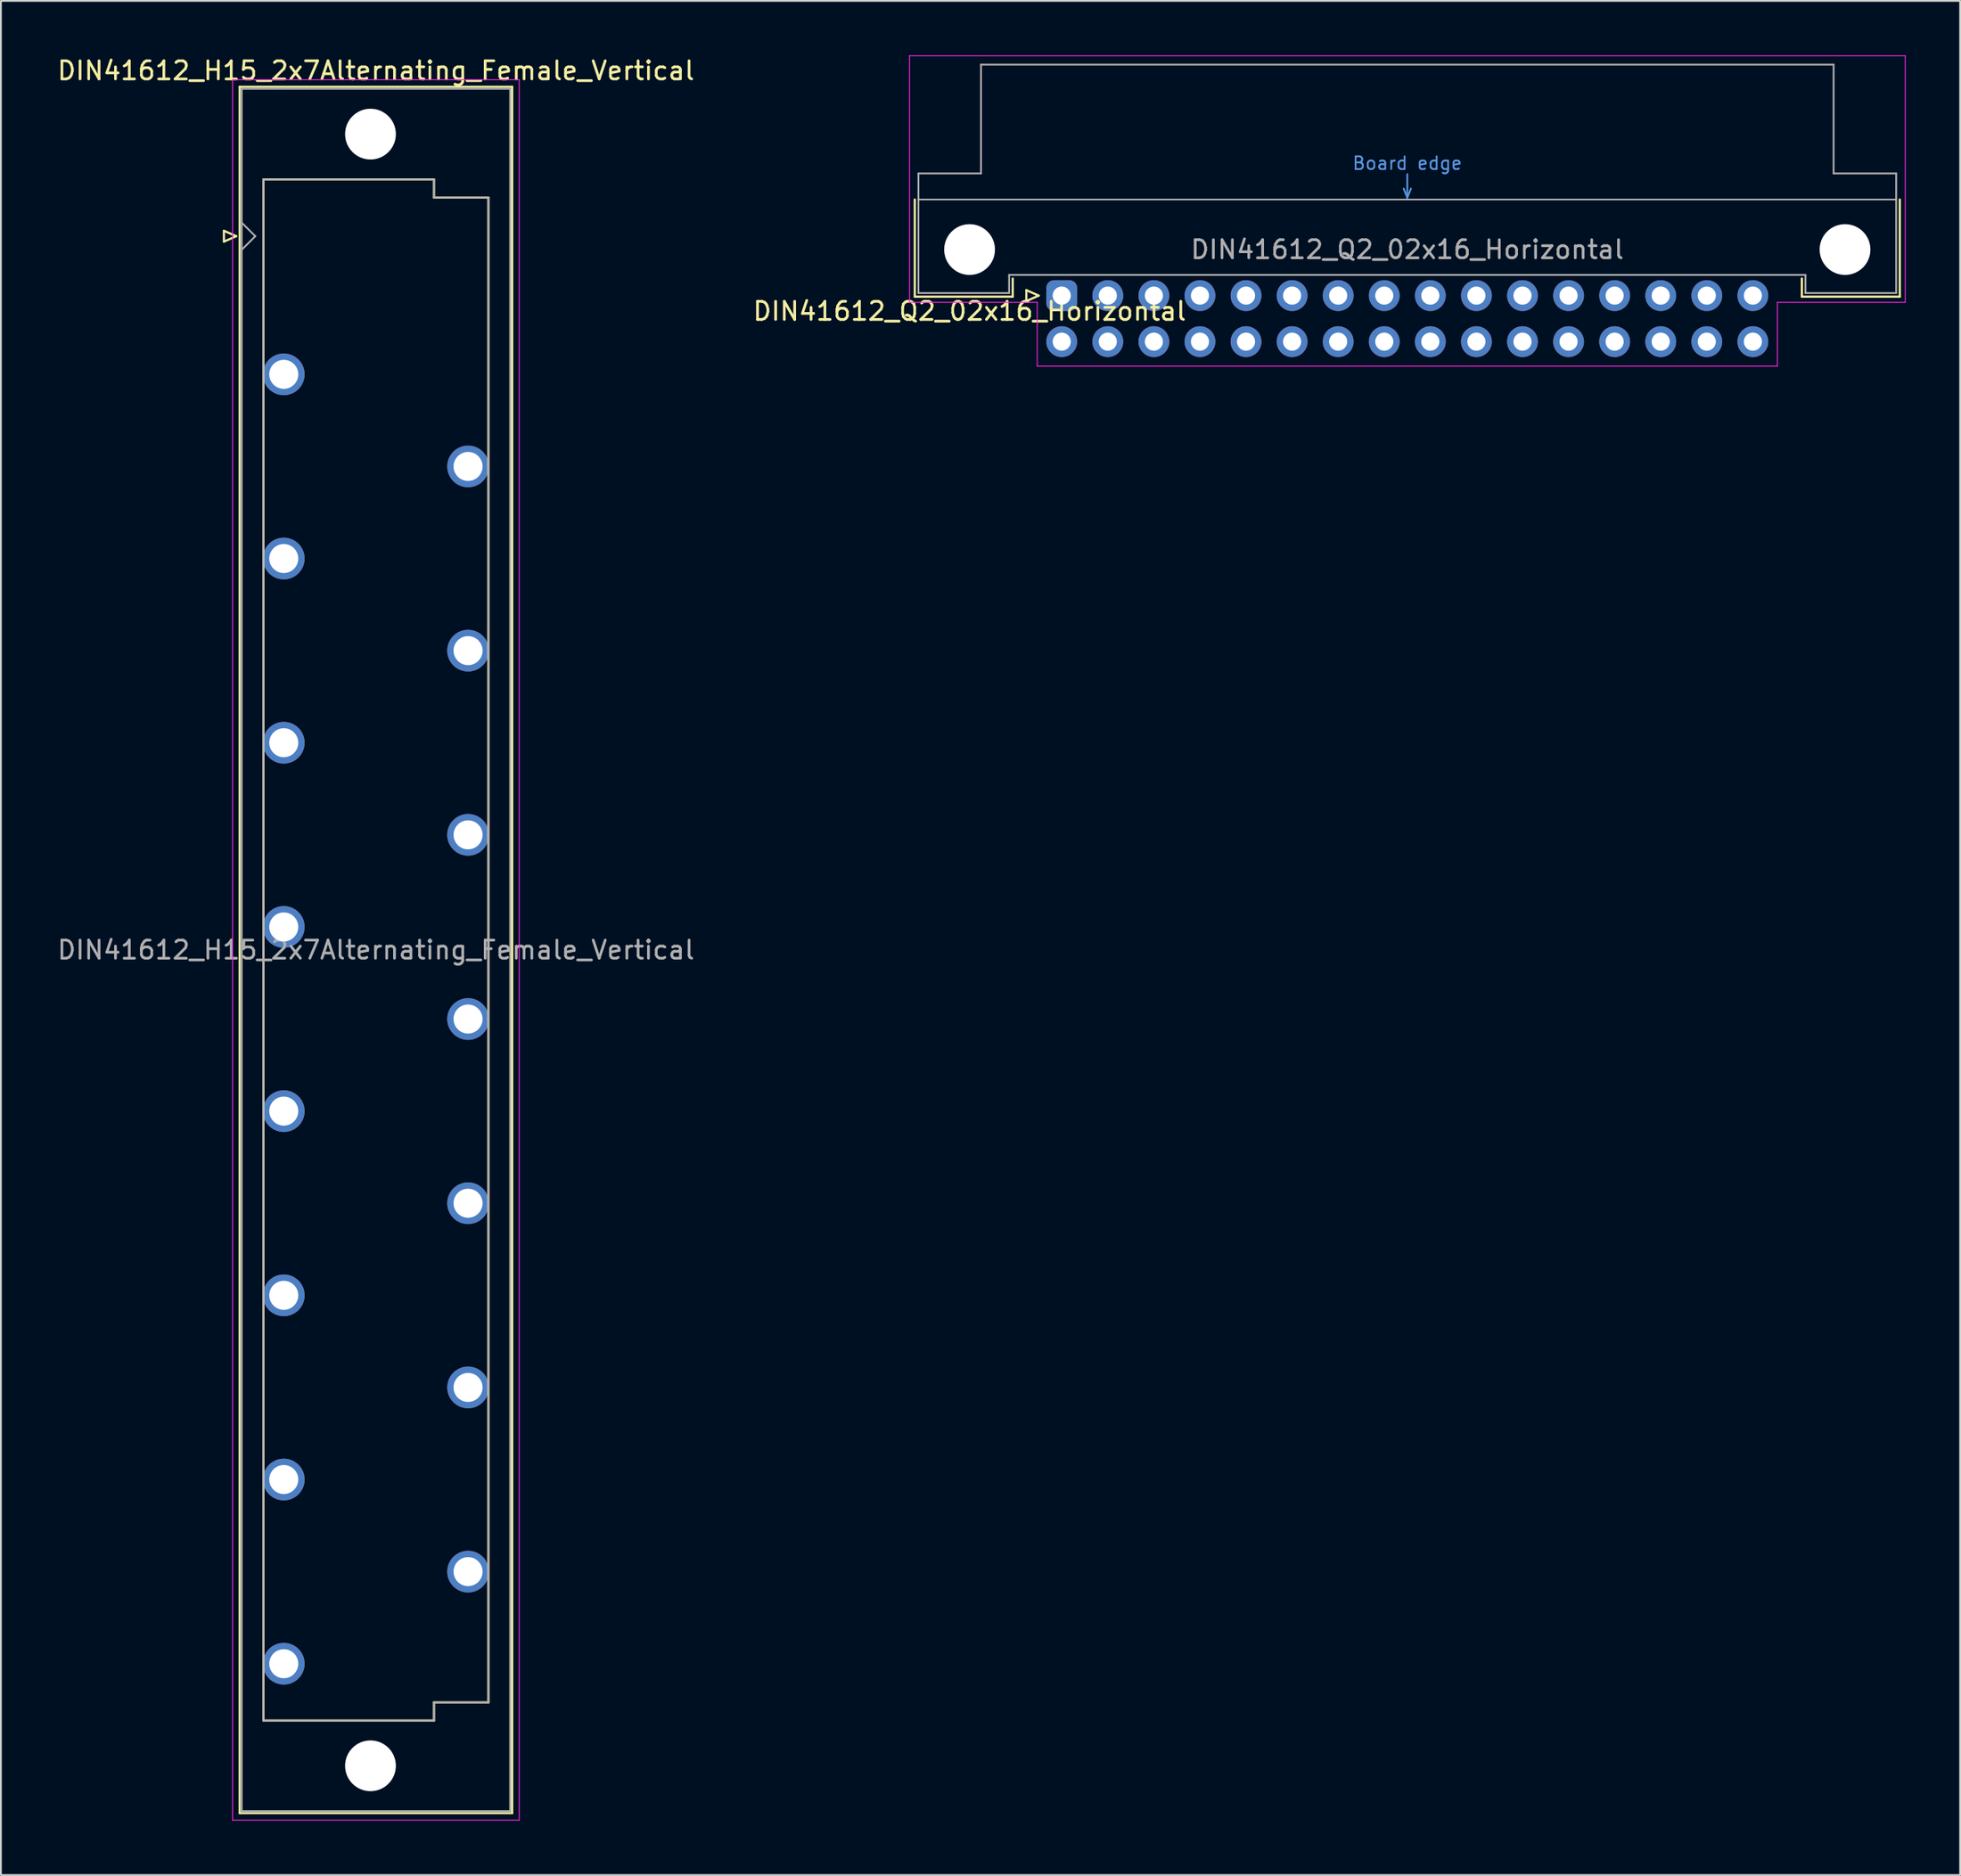
<source format=kicad_pcb>
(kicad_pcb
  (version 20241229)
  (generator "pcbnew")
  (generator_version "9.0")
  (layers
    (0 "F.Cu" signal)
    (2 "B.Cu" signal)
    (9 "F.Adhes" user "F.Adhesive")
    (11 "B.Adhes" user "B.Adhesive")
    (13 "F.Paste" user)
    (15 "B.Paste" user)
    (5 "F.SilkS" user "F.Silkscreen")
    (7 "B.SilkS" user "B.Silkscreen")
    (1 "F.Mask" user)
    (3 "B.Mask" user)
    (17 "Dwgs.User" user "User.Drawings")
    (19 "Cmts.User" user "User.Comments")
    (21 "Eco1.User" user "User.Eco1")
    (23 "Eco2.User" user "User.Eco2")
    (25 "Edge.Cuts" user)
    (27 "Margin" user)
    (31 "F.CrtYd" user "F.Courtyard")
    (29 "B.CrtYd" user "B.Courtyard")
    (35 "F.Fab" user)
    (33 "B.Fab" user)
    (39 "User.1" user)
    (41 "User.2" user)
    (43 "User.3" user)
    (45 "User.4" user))
  (footprint "DIN41612_H15_2x7Alternating_Female_Vertical"
    (layer "F.Cu")
    (at 15.133 9.978)
    (property "Reference" "DIN41612_H15_2x7Alternating_Female_Vertical" (at 2.54 -9.13 0) (layer "F.SilkS") (effects (font (size 1 1) (thickness 0.15))))
    (attr through_hole)
    (fp_line (start -5.84 -0.3) (end -5.84 0.3) (stroke (width 0.12) (type solid)) (layer "F.SilkS"))
    (fp_line (start -5.84 0.3) (end -5.16 0) (stroke (width 0.12) (type solid)) (layer "F.SilkS"))
    (fp_line (start -5.16 0) (end -5.84 -0.3) (stroke (width 0.12) (type solid)) (layer "F.SilkS"))
    (fp_line (start -4.97 -8.24) (end 10.05 -8.24) (stroke (width 0.12) (type solid)) (layer "F.SilkS"))
    (fp_line (start -4.97 86.98) (end -4.97 -8.24) (stroke (width 0.12) (type solid)) (layer "F.SilkS"))
    (fp_line (start -3.66 -3.13) (end 5.74 -3.13) (stroke (width 0.12) (type solid)) (layer "F.SilkS"))
    (fp_line (start -3.66 81.87) (end -3.66 -3.13) (stroke (width 0.12) (type solid)) (layer "F.SilkS"))
    (fp_line (start 5.74 -3.13) (end 5.74 -2.13) (stroke (width 0.12) (type solid)) (layer "F.SilkS"))
    (fp_line (start 5.74 -2.13) (end 8.74 -2.13) (stroke (width 0.12) (type solid)) (layer "F.SilkS"))
    (fp_line (start 5.74 80.87) (end 5.74 81.87) (stroke (width 0.12) (type solid)) (layer "F.SilkS"))
    (fp_line (start 5.74 81.87) (end -3.66 81.87) (stroke (width 0.12) (type solid)) (layer "F.SilkS"))
    (fp_line (start 8.74 -2.13) (end 8.74 80.87) (stroke (width 0.12) (type solid)) (layer "F.SilkS"))
    (fp_line (start 8.74 80.87) (end 5.74 80.87) (stroke (width 0.12) (type solid)) (layer "F.SilkS"))
    (fp_line (start 10.05 -8.24) (end 10.05 86.98) (stroke (width 0.12) (type solid)) (layer "F.SilkS"))
    (fp_line (start 10.05 86.98) (end -4.97 86.98) (stroke (width 0.12) (type solid)) (layer "F.SilkS"))
    (fp_line (start -5.36 -8.63) (end 10.44 -8.63) (stroke (width 0.05) (type solid)) (layer "F.CrtYd"))
    (fp_line (start -5.36 87.37) (end -5.36 -8.63) (stroke (width 0.05) (type solid)) (layer "F.CrtYd"))
    (fp_line (start 10.44 -8.63) (end 10.44 87.37) (stroke (width 0.05) (type solid)) (layer "F.CrtYd"))
    (fp_line (start 10.44 87.37) (end -5.36 87.37) (stroke (width 0.05) (type solid)) (layer "F.CrtYd"))
    (fp_line (start -4.86 -8.13) (end 9.94 -8.13) (stroke (width 0.1) (type solid)) (layer "F.Fab"))
    (fp_line (start -4.86 -0.75) (end -4.11 0) (stroke (width 0.1) (type solid)) (layer "F.Fab"))
    (fp_line (start -4.86 86.87) (end -4.86 -8.13) (stroke (width 0.1) (type solid)) (layer "F.Fab"))
    (fp_line (start -4.11 0) (end -4.86 0.75) (stroke (width 0.1) (type solid)) (layer "F.Fab"))
    (fp_line (start -3.66 -3.13) (end 5.74 -3.13) (stroke (width 0.1) (type solid)) (layer "F.Fab"))
    (fp_line (start -3.66 81.87) (end -3.66 -3.13) (stroke (width 0.1) (type solid)) (layer "F.Fab"))
    (fp_line (start 5.74 -3.13) (end 5.74 -2.13) (stroke (width 0.1) (type solid)) (layer "F.Fab"))
    (fp_line (start 5.74 -2.13) (end 8.74 -2.13) (stroke (width 0.1) (type solid)) (layer "F.Fab"))
    (fp_line (start 5.74 80.87) (end 5.74 81.87) (stroke (width 0.1) (type solid)) (layer "F.Fab"))
    (fp_line (start 5.74 81.87) (end -3.66 81.87) (stroke (width 0.1) (type solid)) (layer "F.Fab"))
    (fp_line (start 8.74 -2.13) (end 8.74 80.87) (stroke (width 0.1) (type solid)) (layer "F.Fab"))
    (fp_line (start 8.74 80.87) (end 5.74 80.87) (stroke (width 0.1) (type solid)) (layer "F.Fab"))
    (fp_line (start 9.94 -8.13) (end 9.94 86.87) (stroke (width 0.1) (type solid)) (layer "F.Fab"))
    (fp_line (start 9.94 86.87) (end -4.86 86.87) (stroke (width 0.1) (type solid)) (layer "F.Fab"))
    (fp_text user "${REFERENCE}" (at 2.54 39.37 0) (layer "F.Fab") (effects (font (size 1 1) (thickness 0.15))))
    (pad "" np_thru_hole circle (at 2.24 -5.63) (size 2.8 2.8) (drill 2.8) (layers "*.Cu" "*.Mask"))
    (pad "" np_thru_hole circle (at 2.24 84.37) (size 2.8 2.8) (drill 2.8) (layers "*.Cu" "*.Mask"))
    (pad "4" thru_hole circle (at -2.54 7.62) (size 2.3 2.3) (drill 1.6) (layers "*.Cu" "*.Mask"))
    (pad "6" thru_hole circle (at 7.62 12.7) (size 2.3 2.3) (drill 1.6) (layers "*.Cu" "*.Mask"))
    (pad "8" thru_hole circle (at -2.54 17.78) (size 2.3 2.3) (drill 1.6) (layers "*.Cu" "*.Mask"))
    (pad "10" thru_hole circle (at 7.62 22.86) (size 2.3 2.3) (drill 1.6) (layers "*.Cu" "*.Mask"))
    (pad "12" thru_hole circle (at -2.54 27.94) (size 2.3 2.3) (drill 1.6) (layers "*.Cu" "*.Mask"))
    (pad "14" thru_hole circle (at 7.62 33.02) (size 2.3 2.3) (drill 1.6) (layers "*.Cu" "*.Mask"))
    (pad "16" thru_hole circle (at -2.54 38.1) (size 2.3 2.3) (drill 1.6) (layers "*.Cu" "*.Mask"))
    (pad "18" thru_hole circle (at 7.62 43.18) (size 2.3 2.3) (drill 1.6) (layers "*.Cu" "*.Mask"))
    (pad "20" thru_hole circle (at -2.54 48.26) (size 2.3 2.3) (drill 1.6) (layers "*.Cu" "*.Mask"))
    (pad "22" thru_hole circle (at 7.62 53.34) (size 2.3 2.3) (drill 1.6) (layers "*.Cu" "*.Mask"))
    (pad "24" thru_hole circle (at -2.54 58.42) (size 2.3 2.3) (drill 1.6) (layers "*.Cu" "*.Mask"))
    (pad "26" thru_hole circle (at 7.62 63.5) (size 2.3 2.3) (drill 1.6) (layers "*.Cu" "*.Mask"))
    (pad "28" thru_hole circle (at -2.54 68.58) (size 2.3 2.3) (drill 1.6) (layers "*.Cu" "*.Mask"))
    (pad "30" thru_hole circle (at 7.62 73.66) (size 2.3 2.3) (drill 1.6) (layers "*.Cu" "*.Mask"))
    (pad "32" thru_hole circle (at -2.54 78.74) (size 2.3 2.3) (drill 1.6) (layers "*.Cu" "*.Mask")))
  (footprint "DIN41612_Q2_02x16_Horizontal"
    (layer "F.Cu")
    (at 55.479 13.255)
    (property "Reference" "DIN41612_Q2_02x16_Horizontal" (at -5.08 0.86 0) (layer "F.SilkS") (effects (font (size 1 1) (thickness 0.15))))
    (attr through_hole)
    (fp_line (start -8.1 -5.3) (end -8.1 0.06) (stroke (width 0.12) (type solid)) (layer "F.SilkS"))
    (fp_line (start -8.1 0.06) (end -2.7 0.06) (stroke (width 0.12) (type solid)) (layer "F.SilkS"))
    (fp_line (start -2.7 0.06) (end -2.7 -0.94) (stroke (width 0.12) (type solid)) (layer "F.SilkS"))
    (fp_line (start -1.95 -0.3) (end -1.95 0.3) (stroke (width 0.12) (type solid)) (layer "F.SilkS"))
    (fp_line (start -1.95 0.3) (end -1.27 0) (stroke (width 0.12) (type solid)) (layer "F.SilkS"))
    (fp_line (start -1.27 0) (end -1.95 -0.3) (stroke (width 0.12) (type solid)) (layer "F.SilkS"))
    (fp_line (start 40.8 0.06) (end 40.8 -0.94) (stroke (width 0.12) (type solid)) (layer "F.SilkS"))
    (fp_line (start 46.2 -5.3) (end 46.2 0.06) (stroke (width 0.12) (type solid)) (layer "F.SilkS"))
    (fp_line (start 46.2 0.06) (end 40.8 0.06) (stroke (width 0.12) (type solid)) (layer "F.SilkS"))
    (fp_line (start -7.9 -5.3) (end 46 -5.3) (stroke (width 0.08) (type solid)) (layer "Dwgs.User"))
    (fp_line (start 18.85 -5.9) (end 19.05 -5.4) (stroke (width 0.1) (type solid)) (layer "Cmts.User"))
    (fp_line (start 19.05 -5.4) (end 19.05 -6.7) (stroke (width 0.1) (type solid)) (layer "Cmts.User"))
    (fp_line (start 19.05 -5.4) (end 19.25 -5.9) (stroke (width 0.1) (type solid)) (layer "Cmts.User"))
    (fp_line (start -8.39 -13.23) (end -8.39 0.37) (stroke (width 0.05) (type solid)) (layer "F.CrtYd"))
    (fp_line (start -8.39 0.37) (end -1.35 0.37) (stroke (width 0.05) (type solid)) (layer "F.CrtYd"))
    (fp_line (start -1.35 0.37) (end -1.35 3.89) (stroke (width 0.05) (type solid)) (layer "F.CrtYd"))
    (fp_line (start -1.35 3.89) (end 39.45 3.89) (stroke (width 0.05) (type solid)) (layer "F.CrtYd"))
    (fp_line (start 39.45 0.37) (end 46.5 0.37) (stroke (width 0.05) (type solid)) (layer "F.CrtYd"))
    (fp_line (start 39.45 3.89) (end 39.45 0.37) (stroke (width 0.05) (type solid)) (layer "F.CrtYd"))
    (fp_line (start 46.5 -13.23) (end -8.39 -13.23) (stroke (width 0.05) (type solid)) (layer "F.CrtYd"))
    (fp_line (start 46.5 0.37) (end 46.5 -13.23) (stroke (width 0.05) (type solid)) (layer "F.CrtYd"))
    (fp_line (start -7.9 -6.74) (end -7.9 -0.14) (stroke (width 0.1) (type solid)) (layer "F.Fab"))
    (fp_line (start -7.9 -0.14) (end -2.9 -0.14) (stroke (width 0.1) (type solid)) (layer "F.Fab"))
    (fp_line (start -4.45 -12.74) (end -4.45 -6.74) (stroke (width 0.1) (type solid)) (layer "F.Fab"))
    (fp_line (start -4.45 -6.74) (end -7.9 -6.74) (stroke (width 0.1) (type solid)) (layer "F.Fab"))
    (fp_line (start -2.9 -1.14) (end 41 -1.14) (stroke (width 0.1) (type solid)) (layer "F.Fab"))
    (fp_line (start -2.9 -0.14) (end -2.9 -1.14) (stroke (width 0.1) (type solid)) (layer "F.Fab"))
    (fp_line (start 41 -1.14) (end 41 -0.14) (stroke (width 0.1) (type solid)) (layer "F.Fab"))
    (fp_line (start 41 -0.14) (end 46 -0.14) (stroke (width 0.1) (type solid)) (layer "F.Fab"))
    (fp_line (start 42.55 -12.74) (end -4.45 -12.74) (stroke (width 0.1) (type solid)) (layer "F.Fab"))
    (fp_line (start 42.55 -6.74) (end 42.55 -12.74) (stroke (width 0.1) (type solid)) (layer "F.Fab"))
    (fp_line (start 46 -6.74) (end 42.55 -6.74) (stroke (width 0.1) (type solid)) (layer "F.Fab"))
    (fp_line (start 46 -0.14) (end 46 -6.74) (stroke (width 0.1) (type solid)) (layer "F.Fab"))
    (fp_text user "Board edge" (at 19.05 -7.3 0) (layer "Cmts.User") (effects (font (size 0.7 0.7) (thickness 0.1))))
    (fp_text user "${REFERENCE}" (at 19.05 -2.54 0) (layer "F.Fab") (effects (font (size 1 1) (thickness 0.15))))
    (pad "" np_thru_hole circle (at -5.08 -2.54) (size 2.8 2.8) (drill 2.8) (layers "*.Cu" "*.Mask"))
    (pad "" np_thru_hole circle (at 43.18 -2.54) (size 2.8 2.8) (drill 2.8) (layers "*.Cu" "*.Mask"))
    (pad "a1" thru_hole roundrect (at 0 0) (size 1.7 1.7) (drill 1) (layers "*.Cu" "*.Mask") (roundrect_rratio 0.25))
    (pad "a2" thru_hole circle (at 2.54 0) (size 1.7 1.7) (drill 1) (layers "*.Cu" "*.Mask"))
    (pad "a3" thru_hole circle (at 5.08 0) (size 1.7 1.7) (drill 1) (layers "*.Cu" "*.Mask"))
    (pad "a4" thru_hole circle (at 7.62 0) (size 1.7 1.7) (drill 1) (layers "*.Cu" "*.Mask"))
    (pad "a5" thru_hole circle (at 10.16 0) (size 1.7 1.7) (drill 1) (layers "*.Cu" "*.Mask"))
    (pad "a6" thru_hole circle (at 12.7 0) (size 1.7 1.7) (drill 1) (layers "*.Cu" "*.Mask"))
    (pad "a7" thru_hole circle (at 15.24 0) (size 1.7 1.7) (drill 1) (layers "*.Cu" "*.Mask"))
    (pad "a8" thru_hole circle (at 17.78 0) (size 1.7 1.7) (drill 1) (layers "*.Cu" "*.Mask"))
    (pad "a9" thru_hole circle (at 20.32 0) (size 1.7 1.7) (drill 1) (layers "*.Cu" "*.Mask"))
    (pad "a10" thru_hole circle (at 22.86 0) (size 1.7 1.7) (drill 1) (layers "*.Cu" "*.Mask"))
    (pad "a11" thru_hole circle (at 25.4 0) (size 1.7 1.7) (drill 1) (layers "*.Cu" "*.Mask"))
    (pad "a12" thru_hole circle (at 27.94 0) (size 1.7 1.7) (drill 1) (layers "*.Cu" "*.Mask"))
    (pad "a13" thru_hole circle (at 30.48 0) (size 1.7 1.7) (drill 1) (layers "*.Cu" "*.Mask"))
    (pad "a14" thru_hole circle (at 33.02 0) (size 1.7 1.7) (drill 1) (layers "*.Cu" "*.Mask"))
    (pad "a15" thru_hole circle (at 35.56 0) (size 1.7 1.7) (drill 1) (layers "*.Cu" "*.Mask"))
    (pad "a16" thru_hole circle (at 38.1 0) (size 1.7 1.7) (drill 1) (layers "*.Cu" "*.Mask"))
    (pad "b1" thru_hole circle (at 0 2.54) (size 1.7 1.7) (drill 1) (layers "*.Cu" "*.Mask"))
    (pad "b2" thru_hole circle (at 2.54 2.54) (size 1.7 1.7) (drill 1) (layers "*.Cu" "*.Mask"))
    (pad "b3" thru_hole circle (at 5.08 2.54) (size 1.7 1.7) (drill 1) (layers "*.Cu" "*.Mask"))
    (pad "b4" thru_hole circle (at 7.62 2.54) (size 1.7 1.7) (drill 1) (layers "*.Cu" "*.Mask"))
    (pad "b5" thru_hole circle (at 10.16 2.54) (size 1.7 1.7) (drill 1) (layers "*.Cu" "*.Mask"))
    (pad "b6" thru_hole circle (at 12.7 2.54) (size 1.7 1.7) (drill 1) (layers "*.Cu" "*.Mask"))
    (pad "b7" thru_hole circle (at 15.24 2.54) (size 1.7 1.7) (drill 1) (layers "*.Cu" "*.Mask"))
    (pad "b8" thru_hole circle (at 17.78 2.54) (size 1.7 1.7) (drill 1) (layers "*.Cu" "*.Mask"))
    (pad "b9" thru_hole circle (at 20.32 2.54) (size 1.7 1.7) (drill 1) (layers "*.Cu" "*.Mask"))
    (pad "b10" thru_hole circle (at 22.86 2.54) (size 1.7 1.7) (drill 1) (layers "*.Cu" "*.Mask"))
    (pad "b11" thru_hole circle (at 25.4 2.54) (size 1.7 1.7) (drill 1) (layers "*.Cu" "*.Mask"))
    (pad "b12" thru_hole circle (at 27.94 2.54) (size 1.7 1.7) (drill 1) (layers "*.Cu" "*.Mask"))
    (pad "b13" thru_hole circle (at 30.48 2.54) (size 1.7 1.7) (drill 1) (layers "*.Cu" "*.Mask"))
    (pad "b14" thru_hole circle (at 33.02 2.54) (size 1.7 1.7) (drill 1) (layers "*.Cu" "*.Mask"))
    (pad "b15" thru_hole circle (at 35.56 2.54) (size 1.7 1.7) (drill 1) (layers "*.Cu" "*.Mask"))
    (pad "b16" thru_hole circle (at 38.1 2.54) (size 1.7 1.7) (drill 1) (layers "*.Cu" "*.Mask")))
  (gr_rect
    (start -3 -3)
    (end 105.004 100.373)
    (stroke (width 0.1) (type default))
    (fill no)
    (layer "Edge.Cuts")))
</source>
